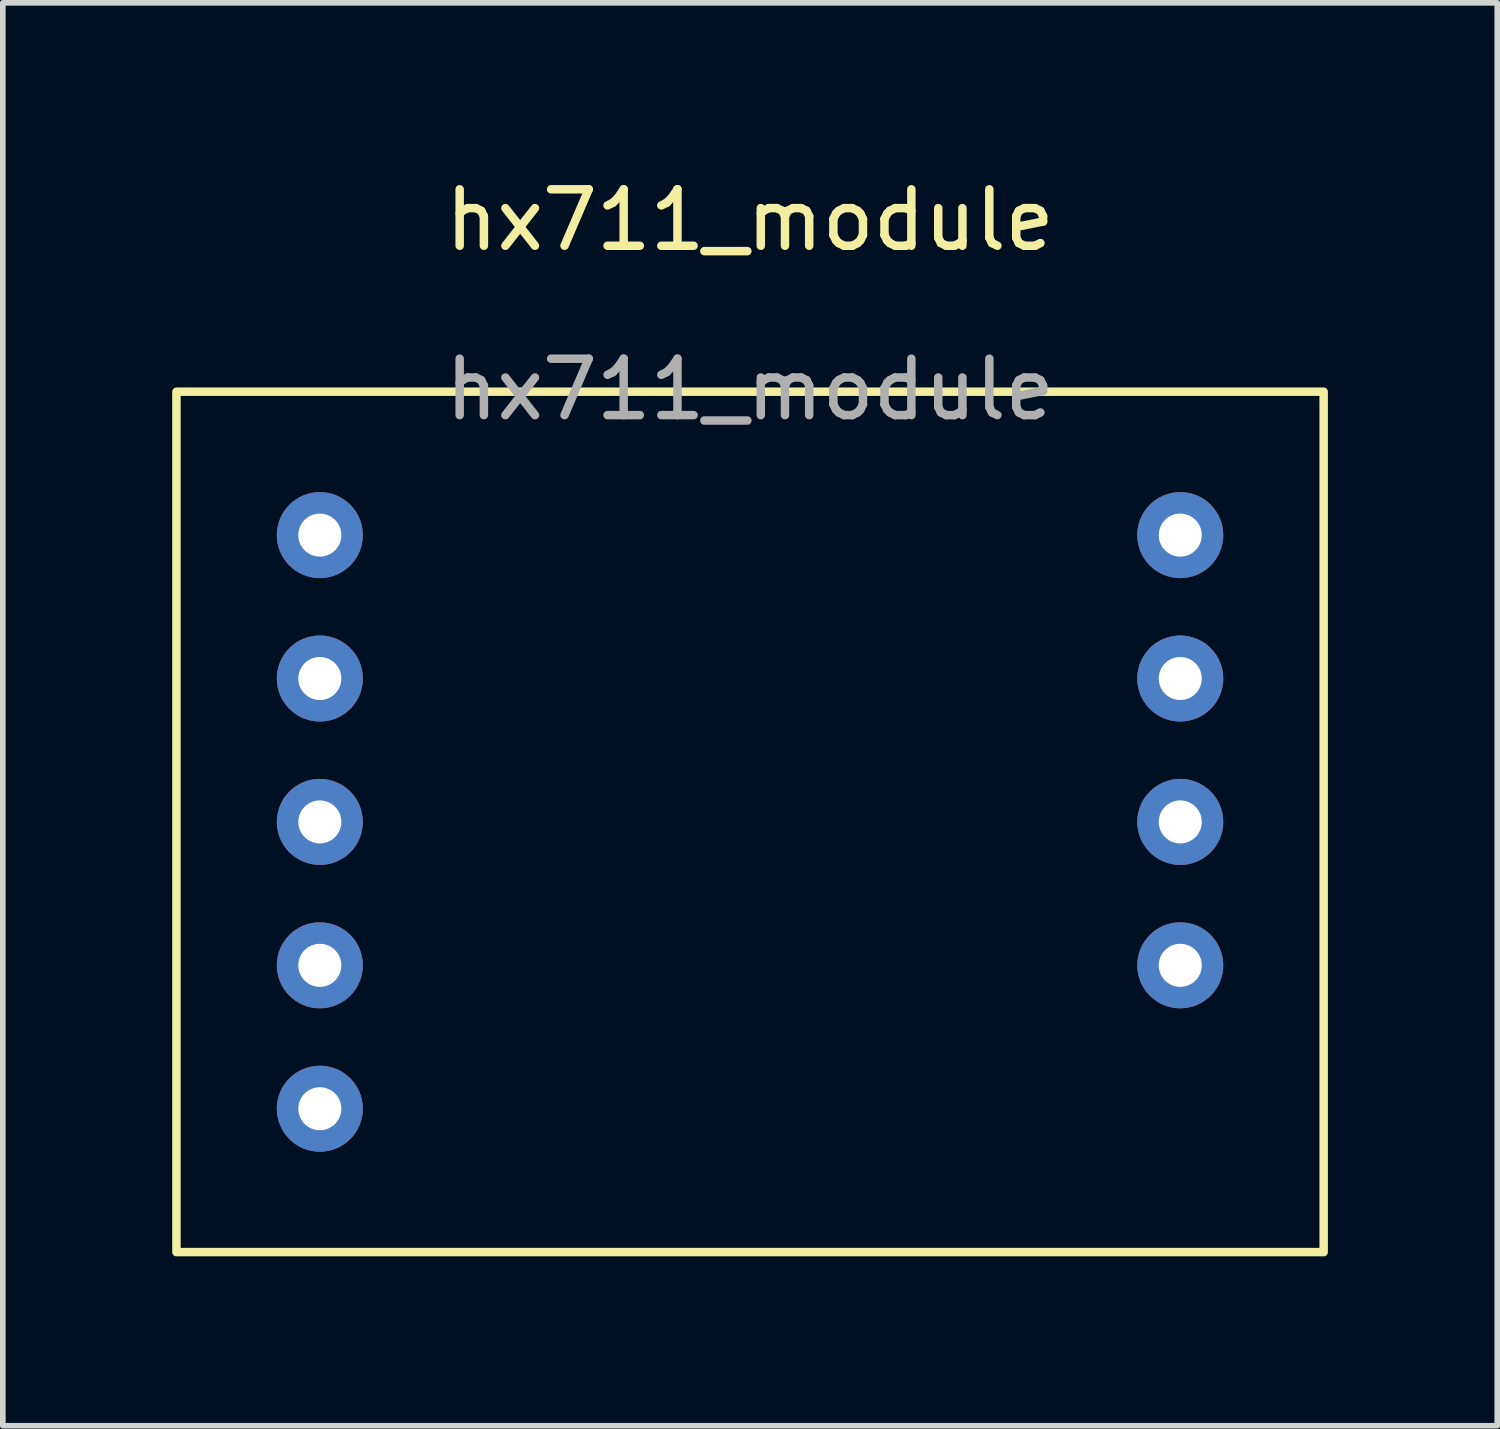
<source format=kicad_pcb>
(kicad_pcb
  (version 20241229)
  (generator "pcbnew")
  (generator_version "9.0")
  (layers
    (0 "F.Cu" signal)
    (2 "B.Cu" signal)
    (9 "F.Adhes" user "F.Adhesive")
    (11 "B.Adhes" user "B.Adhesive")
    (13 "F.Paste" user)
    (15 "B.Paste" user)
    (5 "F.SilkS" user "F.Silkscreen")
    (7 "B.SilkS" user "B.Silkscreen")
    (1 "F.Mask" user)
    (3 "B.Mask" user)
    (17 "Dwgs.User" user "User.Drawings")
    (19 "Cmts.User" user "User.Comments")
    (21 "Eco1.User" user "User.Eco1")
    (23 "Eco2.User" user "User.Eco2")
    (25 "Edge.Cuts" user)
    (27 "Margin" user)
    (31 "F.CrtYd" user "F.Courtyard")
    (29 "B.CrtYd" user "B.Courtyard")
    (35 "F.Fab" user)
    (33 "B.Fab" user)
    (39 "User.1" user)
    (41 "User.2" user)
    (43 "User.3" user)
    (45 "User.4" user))
  (footprint "hx711_module"
    (layer "F.Cu")
    (at 10.235 1.348)
    (property "Reference" "hx711_module" (at 0 -0.5 0) (unlocked yes) (layer "F.SilkS") (effects (font (size 1 1) (thickness 0.15))))
    (attr through_hole)
    (fp_rect (start -10.16 2.54) (end 10.16 17.78) (stroke (width 0.15) (type default)) (fill no) (layer "F.SilkS"))
    (fp_text user "${REFERENCE}" (at 0 2.5 0) (unlocked yes) (layer "F.Fab") (effects (font (size 1 1) (thickness 0.15))))
    (pad "1" thru_hole circle (at 7.62 5.08) (size 1.524 1.524) (drill 0.762) (layers "*.Cu" "*.Mask"))
    (pad "2" thru_hole circle (at 7.62 7.62) (size 1.524 1.524) (drill 0.762) (layers "*.Cu" "*.Mask"))
    (pad "3" thru_hole circle (at 7.62 10.16) (size 1.524 1.524) (drill 0.762) (layers "*.Cu" "*.Mask"))
    (pad "4" thru_hole circle (at 7.62 12.7) (size 1.524 1.524) (drill 0.762) (layers "*.Cu" "*.Mask"))
    (pad "5" thru_hole circle (at -7.62 5.08) (size 1.524 1.524) (drill 0.762) (layers "*.Cu" "*.Mask"))
    (pad "6" thru_hole circle (at -7.62 7.62) (size 1.524 1.524) (drill 0.762) (layers "*.Cu" "*.Mask"))
    (pad "7" thru_hole circle (at -7.62 10.16) (size 1.524 1.524) (drill 0.762) (layers "*.Cu" "*.Mask"))
    (pad "8" thru_hole circle (at -7.62 12.7) (size 1.524 1.524) (drill 0.762) (layers "*.Cu" "*.Mask"))
    (pad "9" thru_hole circle (at -7.62 15.24) (size 1.524 1.524) (drill 0.762) (layers "*.Cu" "*.Mask")))
  (gr_rect
    (start -3 -3)
    (end 23.47 22.203)
    (stroke (width 0.1) (type default))
    (fill no)
    (layer "Edge.Cuts")))
</source>
